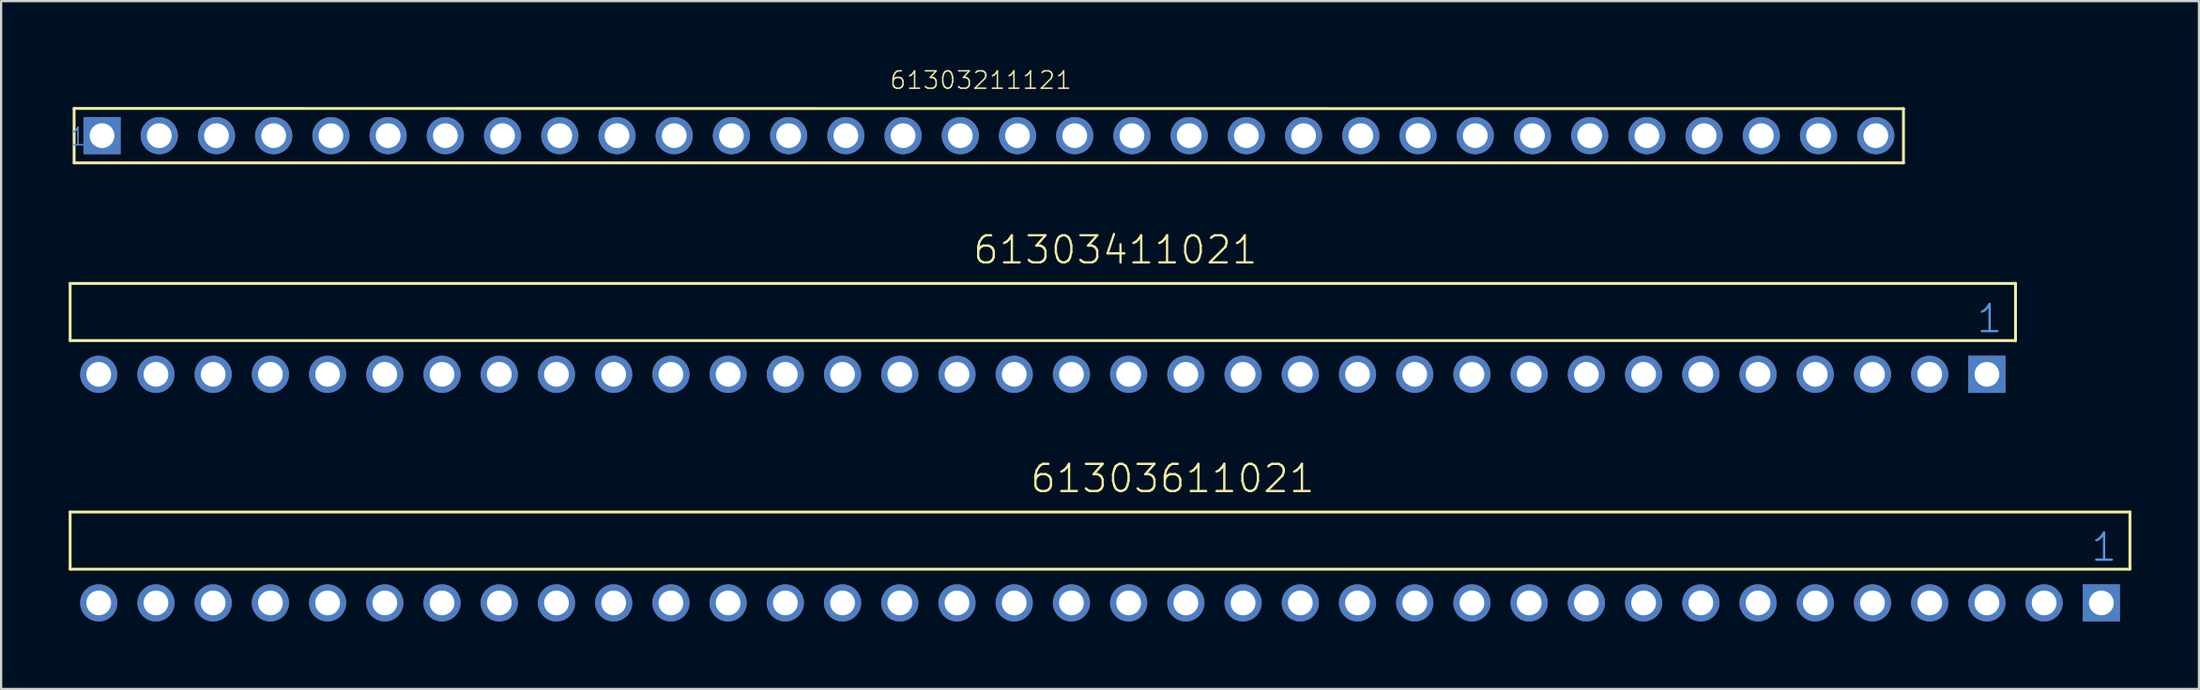
<source format=kicad_pcb>
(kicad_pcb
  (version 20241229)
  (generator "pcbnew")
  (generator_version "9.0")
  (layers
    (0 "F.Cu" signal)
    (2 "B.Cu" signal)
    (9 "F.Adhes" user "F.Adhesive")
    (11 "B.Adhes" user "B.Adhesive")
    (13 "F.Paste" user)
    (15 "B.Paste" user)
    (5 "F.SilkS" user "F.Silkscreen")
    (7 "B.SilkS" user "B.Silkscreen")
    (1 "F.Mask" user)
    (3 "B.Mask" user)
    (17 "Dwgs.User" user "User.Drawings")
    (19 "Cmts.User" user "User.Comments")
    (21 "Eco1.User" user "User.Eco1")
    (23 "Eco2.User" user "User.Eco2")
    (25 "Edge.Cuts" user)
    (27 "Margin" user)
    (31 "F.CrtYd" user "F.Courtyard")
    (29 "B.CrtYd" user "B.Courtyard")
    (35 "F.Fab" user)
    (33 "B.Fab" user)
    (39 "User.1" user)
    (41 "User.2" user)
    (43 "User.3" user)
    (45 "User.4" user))
  (footprint "61303411021"
    (layer "F.Cu")
    (at 43.243 13.586)
    (property "Reference" "61303411021" (at -3.165 -4.822 0) (layer "F.SilkS") (effects (font (size 1.206 1.206) (thickness 0.102)) (justify left bottom)))
    (attr through_hole)
    (fp_line (start -43.18 -4.04) (end 43.18 -4.04) (stroke (width 0.127) (type solid)) (layer "F.SilkS"))
    (fp_line (start -43.18 -1.5) (end -43.18 -4.04) (stroke (width 0.127) (type solid)) (layer "F.SilkS"))
    (fp_line (start 43.18 -4.04) (end 43.18 -1.5) (stroke (width 0.127) (type solid)) (layer "F.SilkS"))
    (fp_line (start 43.18 -1.5) (end -43.18 -1.5) (stroke (width 0.127) (type solid)) (layer "F.SilkS"))
    (fp_text user "1" (at 41.39 -1.77 0) (layer "Cmts.User") (effects (font (size 1.206 1.206) (thickness 0.102)) (justify left bottom)))
    (pad "1" thru_hole rect (at 41.91 0) (size 1.65 1.65) (drill 1.1) (layers "*.Cu" "*.Mask"))
    (pad "2" thru_hole circle (at 39.37 0) (size 1.65 1.65) (drill 1.1) (layers "*.Cu" "*.Mask"))
    (pad "3" thru_hole circle (at 36.83 0) (size 1.65 1.65) (drill 1.1) (layers "*.Cu" "*.Mask"))
    (pad "4" thru_hole circle (at 34.29 0) (size 1.65 1.65) (drill 1.1) (layers "*.Cu" "*.Mask"))
    (pad "5" thru_hole circle (at 31.75 0) (size 1.65 1.65) (drill 1.1) (layers "*.Cu" "*.Mask"))
    (pad "6" thru_hole circle (at 29.21 0) (size 1.65 1.65) (drill 1.1) (layers "*.Cu" "*.Mask"))
    (pad "7" thru_hole circle (at 26.67 0) (size 1.65 1.65) (drill 1.1) (layers "*.Cu" "*.Mask"))
    (pad "8" thru_hole circle (at 24.13 0) (size 1.65 1.65) (drill 1.1) (layers "*.Cu" "*.Mask"))
    (pad "9" thru_hole circle (at 21.59 0) (size 1.65 1.65) (drill 1.1) (layers "*.Cu" "*.Mask"))
    (pad "10" thru_hole circle (at 19.05 0) (size 1.65 1.65) (drill 1.1) (layers "*.Cu" "*.Mask"))
    (pad "11" thru_hole circle (at 16.51 0) (size 1.65 1.65) (drill 1.1) (layers "*.Cu" "*.Mask"))
    (pad "12" thru_hole circle (at 13.97 0) (size 1.65 1.65) (drill 1.1) (layers "*.Cu" "*.Mask"))
    (pad "13" thru_hole circle (at 11.43 0) (size 1.65 1.65) (drill 1.1) (layers "*.Cu" "*.Mask"))
    (pad "14" thru_hole circle (at 8.89 0) (size 1.65 1.65) (drill 1.1) (layers "*.Cu" "*.Mask"))
    (pad "15" thru_hole circle (at 6.35 0) (size 1.65 1.65) (drill 1.1) (layers "*.Cu" "*.Mask"))
    (pad "16" thru_hole circle (at 3.81 0) (size 1.65 1.65) (drill 1.1) (layers "*.Cu" "*.Mask"))
    (pad "17" thru_hole circle (at 1.27 0) (size 1.65 1.65) (drill 1.1) (layers "*.Cu" "*.Mask"))
    (pad "18" thru_hole circle (at -1.27 0) (size 1.65 1.65) (drill 1.1) (layers "*.Cu" "*.Mask"))
    (pad "19" thru_hole circle (at -3.81 0) (size 1.65 1.65) (drill 1.1) (layers "*.Cu" "*.Mask"))
    (pad "20" thru_hole circle (at -6.35 0) (size 1.65 1.65) (drill 1.1) (layers "*.Cu" "*.Mask"))
    (pad "21" thru_hole circle (at -8.89 0) (size 1.65 1.65) (drill 1.1) (layers "*.Cu" "*.Mask"))
    (pad "22" thru_hole circle (at -11.43 0) (size 1.65 1.65) (drill 1.1) (layers "*.Cu" "*.Mask"))
    (pad "23" thru_hole circle (at -13.97 0) (size 1.65 1.65) (drill 1.1) (layers "*.Cu" "*.Mask"))
    (pad "24" thru_hole circle (at -16.51 0) (size 1.65 1.65) (drill 1.1) (layers "*.Cu" "*.Mask"))
    (pad "25" thru_hole circle (at -19.05 0) (size 1.65 1.65) (drill 1.1) (layers "*.Cu" "*.Mask"))
    (pad "26" thru_hole circle (at -21.59 0) (size 1.65 1.65) (drill 1.1) (layers "*.Cu" "*.Mask"))
    (pad "27" thru_hole circle (at -24.13 0) (size 1.65 1.65) (drill 1.1) (layers "*.Cu" "*.Mask"))
    (pad "28" thru_hole circle (at -26.67 0) (size 1.65 1.65) (drill 1.1) (layers "*.Cu" "*.Mask"))
    (pad "29" thru_hole circle (at -29.21 0) (size 1.65 1.65) (drill 1.1) (layers "*.Cu" "*.Mask"))
    (pad "30" thru_hole circle (at -31.75 0) (size 1.65 1.65) (drill 1.1) (layers "*.Cu" "*.Mask"))
    (pad "31" thru_hole circle (at -34.29 0) (size 1.65 1.65) (drill 1.1) (layers "*.Cu" "*.Mask"))
    (pad "32" thru_hole circle (at -36.83 0) (size 1.65 1.65) (drill 1.1) (layers "*.Cu" "*.Mask"))
    (pad "33" thru_hole circle (at -39.37 0) (size 1.65 1.65) (drill 1.1) (layers "*.Cu" "*.Mask"))
    (pad "34" thru_hole circle (at -41.91 0) (size 1.65 1.65) (drill 1.1) (layers "*.Cu" "*.Mask")))
  (footprint "61303211121"
    (layer "F.Cu")
    (at 38.31 2.979)
    (property "Reference" "61303211121" (at -1.905 -2.012 0) (layer "F.SilkS") (effects (font (size 0.772 0.772) (thickness 0.065)) (justify left bottom)))
    (attr through_hole)
    (fp_line (start -38.07 -1.21) (end 43.14 -1.2) (stroke (width 0.127) (type solid)) (layer "F.SilkS"))
    (fp_line (start -38.07 1.21) (end -38.07 -1.21) (stroke (width 0.127) (type solid)) (layer "F.SilkS"))
    (fp_line (start 43.14 -1.2) (end 43.14 1.21) (stroke (width 0.127) (type solid)) (layer "F.SilkS"))
    (fp_line (start 43.14 1.21) (end -38.07 1.21) (stroke (width 0.127) (type solid)) (layer "F.SilkS"))
    (fp_text user "1" (at -38.31 0.5 0) (layer "Cmts.User") (effects (font (size 0.772 0.772) (thickness 0.065)) (justify left bottom)))
    (pad "1" thru_hole rect (at -36.83 0) (size 1.65 1.65) (drill 1.1) (layers "*.Cu" "*.Mask"))
    (pad "2" thru_hole circle (at -34.29 0) (size 1.65 1.65) (drill 1.1) (layers "*.Cu" "*.Mask"))
    (pad "3" thru_hole circle (at -31.75 0) (size 1.65 1.65) (drill 1.1) (layers "*.Cu" "*.Mask"))
    (pad "4" thru_hole circle (at -29.21 0) (size 1.65 1.65) (drill 1.1) (layers "*.Cu" "*.Mask"))
    (pad "5" thru_hole circle (at -26.67 0) (size 1.65 1.65) (drill 1.1) (layers "*.Cu" "*.Mask"))
    (pad "6" thru_hole circle (at -24.13 0) (size 1.65 1.65) (drill 1.1) (layers "*.Cu" "*.Mask"))
    (pad "7" thru_hole circle (at -21.59 0) (size 1.65 1.65) (drill 1.1) (layers "*.Cu" "*.Mask"))
    (pad "8" thru_hole circle (at -19.05 0) (size 1.65 1.65) (drill 1.1) (layers "*.Cu" "*.Mask"))
    (pad "9" thru_hole circle (at -16.51 0) (size 1.65 1.65) (drill 1.1) (layers "*.Cu" "*.Mask"))
    (pad "10" thru_hole circle (at -13.97 0) (size 1.65 1.65) (drill 1.1) (layers "*.Cu" "*.Mask"))
    (pad "11" thru_hole circle (at -11.43 0) (size 1.65 1.65) (drill 1.1) (layers "*.Cu" "*.Mask"))
    (pad "12" thru_hole circle (at -8.89 0) (size 1.65 1.65) (drill 1.1) (layers "*.Cu" "*.Mask"))
    (pad "13" thru_hole circle (at -6.35 0) (size 1.65 1.65) (drill 1.1) (layers "*.Cu" "*.Mask"))
    (pad "14" thru_hole circle (at -3.81 0) (size 1.65 1.65) (drill 1.1) (layers "*.Cu" "*.Mask"))
    (pad "15" thru_hole circle (at -1.27 0) (size 1.65 1.65) (drill 1.1) (layers "*.Cu" "*.Mask"))
    (pad "16" thru_hole circle (at 1.27 0) (size 1.65 1.65) (drill 1.1) (layers "*.Cu" "*.Mask"))
    (pad "17" thru_hole circle (at 3.81 0) (size 1.65 1.65) (drill 1.1) (layers "*.Cu" "*.Mask"))
    (pad "18" thru_hole circle (at 6.35 0) (size 1.65 1.65) (drill 1.1) (layers "*.Cu" "*.Mask"))
    (pad "19" thru_hole circle (at 8.89 0) (size 1.65 1.65) (drill 1.1) (layers "*.Cu" "*.Mask"))
    (pad "20" thru_hole circle (at 11.43 0) (size 1.65 1.65) (drill 1.1) (layers "*.Cu" "*.Mask"))
    (pad "21" thru_hole circle (at 13.97 0) (size 1.65 1.65) (drill 1.1) (layers "*.Cu" "*.Mask"))
    (pad "22" thru_hole circle (at 16.51 0) (size 1.65 1.65) (drill 1.1) (layers "*.Cu" "*.Mask"))
    (pad "23" thru_hole circle (at 19.05 0) (size 1.65 1.65) (drill 1.1) (layers "*.Cu" "*.Mask"))
    (pad "24" thru_hole circle (at 21.59 0) (size 1.65 1.65) (drill 1.1) (layers "*.Cu" "*.Mask"))
    (pad "25" thru_hole circle (at 24.13 0) (size 1.65 1.65) (drill 1.1) (layers "*.Cu" "*.Mask"))
    (pad "26" thru_hole circle (at 26.67 0) (size 1.65 1.65) (drill 1.1) (layers "*.Cu" "*.Mask"))
    (pad "27" thru_hole circle (at 29.21 0) (size 1.65 1.65) (drill 1.1) (layers "*.Cu" "*.Mask"))
    (pad "28" thru_hole circle (at 31.75 0) (size 1.65 1.65) (drill 1.1) (layers "*.Cu" "*.Mask"))
    (pad "29" thru_hole circle (at 34.29 0) (size 1.65 1.65) (drill 1.1) (layers "*.Cu" "*.Mask"))
    (pad "30" thru_hole circle (at 36.83 0) (size 1.65 1.65) (drill 1.1) (layers "*.Cu" "*.Mask"))
    (pad "31" thru_hole circle (at 39.37 0) (size 1.65 1.65) (drill 1.1) (layers "*.Cu" "*.Mask"))
    (pad "32" thru_hole circle (at 41.91 0) (size 1.65 1.65) (drill 1.1) (layers "*.Cu" "*.Mask")))
  (footprint "61303611021"
    (layer "F.Cu")
    (at 45.783 23.745)
    (property "Reference" "61303611021" (at -3.165 -4.822 0) (layer "F.SilkS") (effects (font (size 1.206 1.206) (thickness 0.102)) (justify left bottom)))
    (attr through_hole)
    (fp_line (start -45.72 -4.04) (end 45.72 -4.04) (stroke (width 0.127) (type solid)) (layer "F.SilkS"))
    (fp_line (start -45.72 -1.5) (end -45.72 -4.04) (stroke (width 0.127) (type solid)) (layer "F.SilkS"))
    (fp_line (start 45.72 -4.04) (end 45.72 -1.5) (stroke (width 0.127) (type solid)) (layer "F.SilkS"))
    (fp_line (start 45.72 -1.5) (end -45.72 -1.5) (stroke (width 0.127) (type solid)) (layer "F.SilkS"))
    (fp_text user "1" (at 43.93 -1.77 0) (layer "Cmts.User") (effects (font (size 1.206 1.206) (thickness 0.102)) (justify left bottom)))
    (pad "1" thru_hole rect (at 44.45 0) (size 1.65 1.65) (drill 1.1) (layers "*.Cu" "*.Mask"))
    (pad "2" thru_hole circle (at 41.91 0) (size 1.65 1.65) (drill 1.1) (layers "*.Cu" "*.Mask"))
    (pad "3" thru_hole circle (at 39.37 0) (size 1.65 1.65) (drill 1.1) (layers "*.Cu" "*.Mask"))
    (pad "4" thru_hole circle (at 36.83 0) (size 1.65 1.65) (drill 1.1) (layers "*.Cu" "*.Mask"))
    (pad "5" thru_hole circle (at 34.29 0) (size 1.65 1.65) (drill 1.1) (layers "*.Cu" "*.Mask"))
    (pad "6" thru_hole circle (at 31.75 0) (size 1.65 1.65) (drill 1.1) (layers "*.Cu" "*.Mask"))
    (pad "7" thru_hole circle (at 29.21 0) (size 1.65 1.65) (drill 1.1) (layers "*.Cu" "*.Mask"))
    (pad "8" thru_hole circle (at 26.67 0) (size 1.65 1.65) (drill 1.1) (layers "*.Cu" "*.Mask"))
    (pad "9" thru_hole circle (at 24.13 0) (size 1.65 1.65) (drill 1.1) (layers "*.Cu" "*.Mask"))
    (pad "10" thru_hole circle (at 21.59 0) (size 1.65 1.65) (drill 1.1) (layers "*.Cu" "*.Mask"))
    (pad "11" thru_hole circle (at 19.05 0) (size 1.65 1.65) (drill 1.1) (layers "*.Cu" "*.Mask"))
    (pad "12" thru_hole circle (at 16.51 0) (size 1.65 1.65) (drill 1.1) (layers "*.Cu" "*.Mask"))
    (pad "13" thru_hole circle (at 13.97 0) (size 1.65 1.65) (drill 1.1) (layers "*.Cu" "*.Mask"))
    (pad "14" thru_hole circle (at 11.43 0) (size 1.65 1.65) (drill 1.1) (layers "*.Cu" "*.Mask"))
    (pad "15" thru_hole circle (at 8.89 0) (size 1.65 1.65) (drill 1.1) (layers "*.Cu" "*.Mask"))
    (pad "16" thru_hole circle (at 6.35 0) (size 1.65 1.65) (drill 1.1) (layers "*.Cu" "*.Mask"))
    (pad "17" thru_hole circle (at 3.81 0) (size 1.65 1.65) (drill 1.1) (layers "*.Cu" "*.Mask"))
    (pad "18" thru_hole circle (at 1.27 0) (size 1.65 1.65) (drill 1.1) (layers "*.Cu" "*.Mask"))
    (pad "19" thru_hole circle (at -1.27 0) (size 1.65 1.65) (drill 1.1) (layers "*.Cu" "*.Mask"))
    (pad "20" thru_hole circle (at -3.81 0) (size 1.65 1.65) (drill 1.1) (layers "*.Cu" "*.Mask"))
    (pad "21" thru_hole circle (at -6.35 0) (size 1.65 1.65) (drill 1.1) (layers "*.Cu" "*.Mask"))
    (pad "22" thru_hole circle (at -8.89 0) (size 1.65 1.65) (drill 1.1) (layers "*.Cu" "*.Mask"))
    (pad "23" thru_hole circle (at -11.43 0) (size 1.65 1.65) (drill 1.1) (layers "*.Cu" "*.Mask"))
    (pad "24" thru_hole circle (at -13.97 0) (size 1.65 1.65) (drill 1.1) (layers "*.Cu" "*.Mask"))
    (pad "25" thru_hole circle (at -16.51 0) (size 1.65 1.65) (drill 1.1) (layers "*.Cu" "*.Mask"))
    (pad "26" thru_hole circle (at -19.05 0) (size 1.65 1.65) (drill 1.1) (layers "*.Cu" "*.Mask"))
    (pad "27" thru_hole circle (at -21.59 0) (size 1.65 1.65) (drill 1.1) (layers "*.Cu" "*.Mask"))
    (pad "28" thru_hole circle (at -24.13 0) (size 1.65 1.65) (drill 1.1) (layers "*.Cu" "*.Mask"))
    (pad "29" thru_hole circle (at -26.67 0) (size 1.65 1.65) (drill 1.1) (layers "*.Cu" "*.Mask"))
    (pad "30" thru_hole circle (at -29.21 0) (size 1.65 1.65) (drill 1.1) (layers "*.Cu" "*.Mask"))
    (pad "31" thru_hole circle (at -31.75 0) (size 1.65 1.65) (drill 1.1) (layers "*.Cu" "*.Mask"))
    (pad "32" thru_hole circle (at -34.29 0) (size 1.65 1.65) (drill 1.1) (layers "*.Cu" "*.Mask"))
    (pad "33" thru_hole circle (at -36.83 0) (size 1.65 1.65) (drill 1.1) (layers "*.Cu" "*.Mask"))
    (pad "34" thru_hole circle (at -39.37 0) (size 1.65 1.65) (drill 1.1) (layers "*.Cu" "*.Mask"))
    (pad "35" thru_hole circle (at -41.91 0) (size 1.65 1.65) (drill 1.1) (layers "*.Cu" "*.Mask"))
    (pad "36" thru_hole circle (at -44.45 0) (size 1.65 1.65) (drill 1.1) (layers "*.Cu" "*.Mask")))
  (gr_rect
    (start -3 -3)
    (end 94.567 27.57)
    (stroke (width 0.1) (type default))
    (fill no)
    (layer "Edge.Cuts")))
</source>
